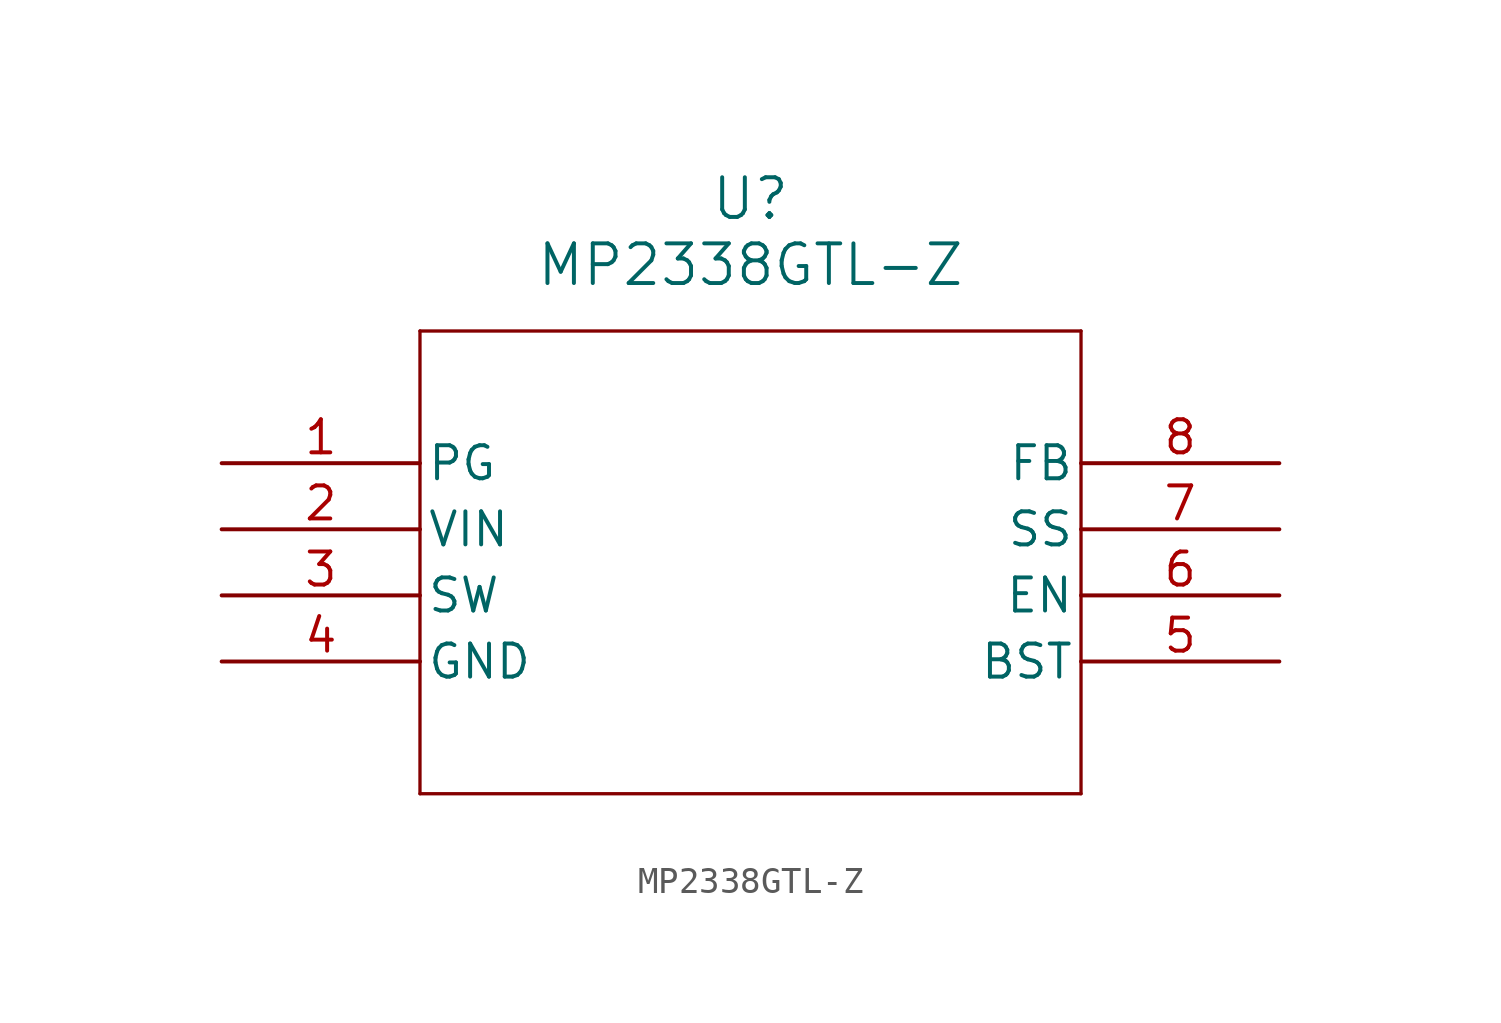
<source format=kicad_sym>
(kicad_symbol_lib
  (version 20241209)
  (generator "kicad_symbol_editor")
  (generator_version "9.0")
  (symbol "MP2338GTL-Z"
    (pin_names
      (offset 0.254))
    (property "Reference" "U"
      (at 20.32 10.16 0)
      (effects (font (size 1.524 1.524))))
    (property "Value" "MP2338GTL-Z"
      (at 20.32 7.62 0)
      (effects (font (size 1.524 1.524))))
    (property "ki_locked" ""
      (at 0 0 0)
      (effects (font (size 1.27 1.27))))
    (symbol "MP2338GTL-Z_0_1"
      (polyline (pts (xy 7.62 5.08) (xy 7.62 -12.7)) (stroke (width 0.127) (type default)) (fill (type none)))
      (polyline (pts (xy 7.62 -12.7) (xy 33.02 -12.7)) (stroke (width 0.127) (type default)) (fill (type none)))
      (polyline (pts (xy 33.02 5.08) (xy 7.62 5.08)) (stroke (width 0.127) (type default)) (fill (type none)))
      (polyline (pts (xy 33.02 -12.7) (xy 33.02 5.08)) (stroke (width 0.127) (type default)) (fill (type none)))
      (pin output line (at 0 0 0) (length 7.62) (name "PG" (effects (font (size 1.27 1.27)))) (number "1" (effects (font (size 1.27 1.27)))))
      (pin power_in line (at 0 -2.54 0) (length 7.62) (name "VIN" (effects (font (size 1.27 1.27)))) (number "2" (effects (font (size 1.27 1.27)))))
      (pin output line (at 0 -5.08 0) (length 7.62) (name "SW" (effects (font (size 1.27 1.27)))) (number "3" (effects (font (size 1.27 1.27)))))
      (pin power_in line (at 0 -7.62 0) (length 7.62) (name "GND" (effects (font (size 1.27 1.27)))) (number "4" (effects (font (size 1.27 1.27)))))
      (pin output line (at 40.64 0 180) (length 7.62) (name "FB" (effects (font (size 1.27 1.27)))) (number "8" (effects (font (size 1.27 1.27)))))
      (pin input line (at 40.64 -2.54 180) (length 7.62) (name "SS" (effects (font (size 1.27 1.27)))) (number "7" (effects (font (size 1.27 1.27)))))
      (pin input line (at 40.64 -5.08 180) (length 7.62) (name "EN" (effects (font (size 1.27 1.27)))) (number "6" (effects (font (size 1.27 1.27)))))
      (pin power_in line (at 40.64 -7.62 180) (length 7.62) (name "BST" (effects (font (size 1.27 1.27)))) (number "5" (effects (font (size 1.27 1.27))))))))
</source>
